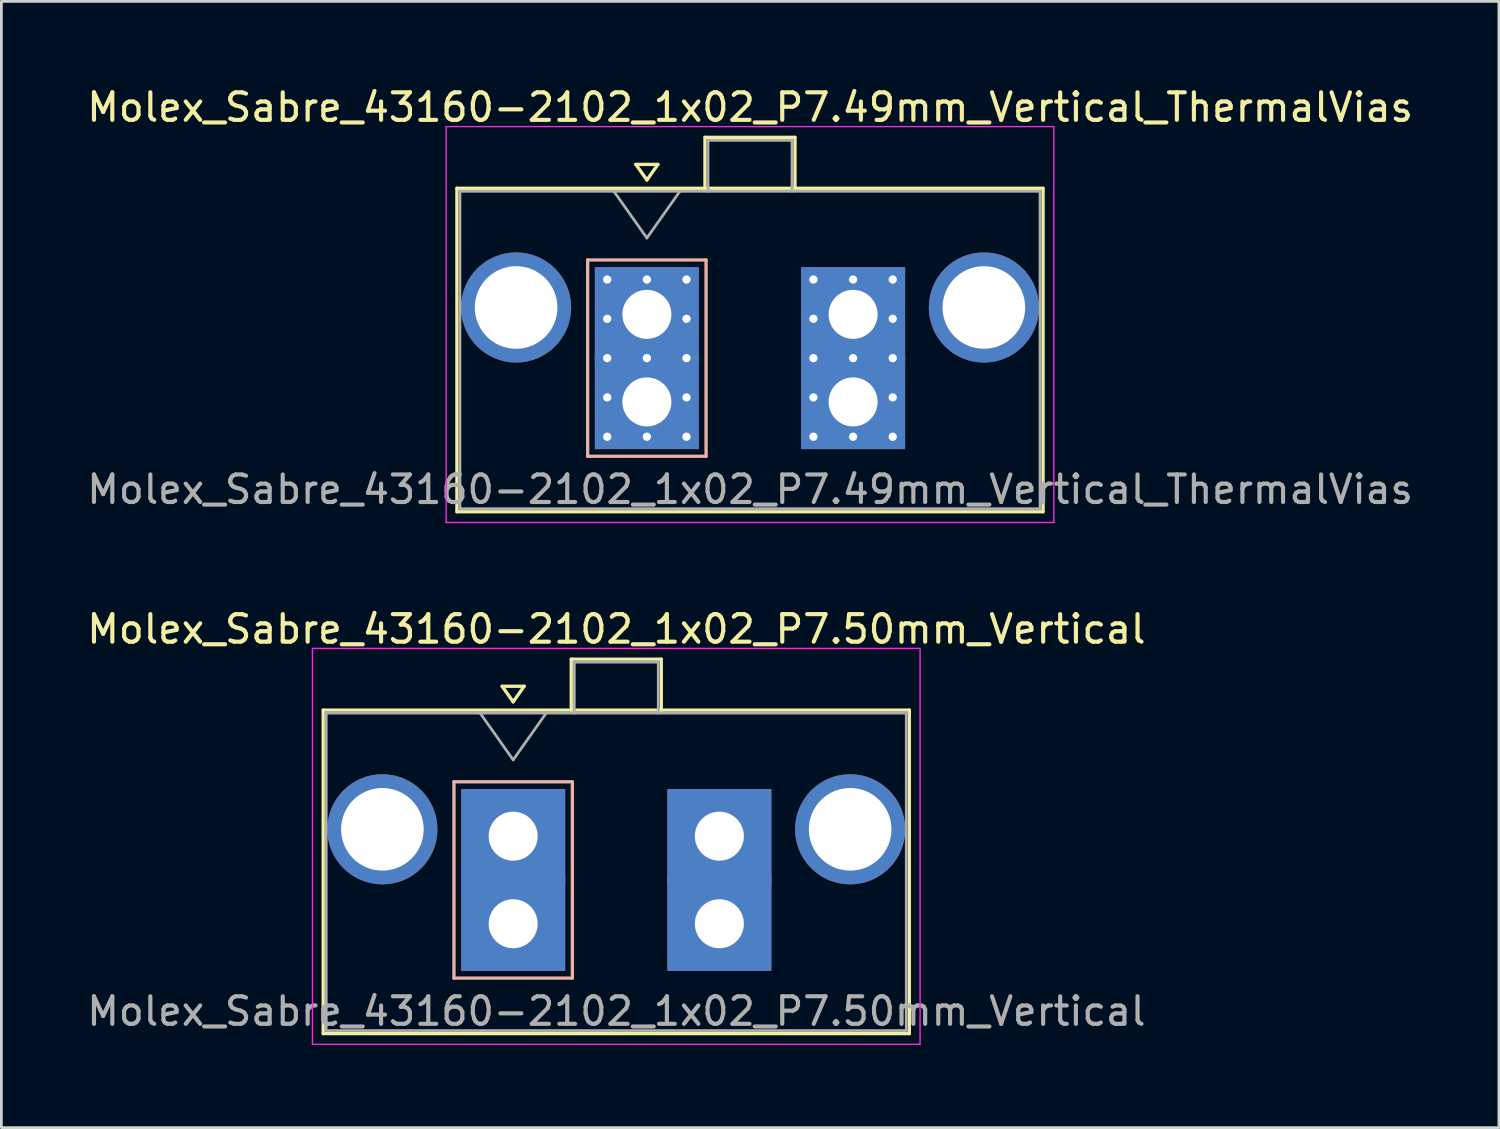
<source format=kicad_pcb>
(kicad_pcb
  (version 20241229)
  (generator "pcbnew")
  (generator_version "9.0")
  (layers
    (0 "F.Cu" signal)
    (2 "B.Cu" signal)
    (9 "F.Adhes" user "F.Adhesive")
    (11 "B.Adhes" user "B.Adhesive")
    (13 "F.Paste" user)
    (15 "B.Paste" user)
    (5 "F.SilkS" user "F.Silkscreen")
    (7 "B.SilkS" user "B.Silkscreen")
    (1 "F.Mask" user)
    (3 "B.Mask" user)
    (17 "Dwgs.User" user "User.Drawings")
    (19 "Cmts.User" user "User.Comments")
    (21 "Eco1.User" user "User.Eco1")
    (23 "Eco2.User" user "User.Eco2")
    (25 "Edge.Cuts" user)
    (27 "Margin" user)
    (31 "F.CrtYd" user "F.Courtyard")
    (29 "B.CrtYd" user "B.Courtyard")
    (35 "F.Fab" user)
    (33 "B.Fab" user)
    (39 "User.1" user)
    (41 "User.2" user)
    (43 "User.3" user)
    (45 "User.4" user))
  (footprint "Molex_Sabre_43160-2102_1x02_P7.49mm_Vertical_ThermalVias"
    (layer "F.Cu")
    (at 20.446 11.548)
    (property "Reference" "Molex_Sabre_43160-2102_1x02_P7.49mm_Vertical_ThermalVias" (at 3.75 -10.7 0) (layer "F.SilkS") (effects (font (size 1 1) (thickness 0.15))))
    (attr through_hole)
    (fp_line (start -6.9 -7.76) (end -6.9 3.99) (stroke (width 0.12) (type solid)) (layer "F.SilkS"))
    (fp_line (start -6.9 3.99) (end 14.39 3.99) (stroke (width 0.12) (type solid)) (layer "F.SilkS"))
    (fp_line (start -0.4 -8.626) (end 0 -8.06) (stroke (width 0.12) (type solid)) (layer "F.SilkS"))
    (fp_line (start 0 -8.06) (end 0.4 -8.626) (stroke (width 0.12) (type solid)) (layer "F.SilkS"))
    (fp_line (start 0.4 -8.626) (end -0.4 -8.626) (stroke (width 0.12) (type solid)) (layer "F.SilkS"))
    (fp_line (start 2.11 -9.61) (end 5.38 -9.61) (stroke (width 0.12) (type solid)) (layer "F.SilkS"))
    (fp_line (start 2.11 -7.76) (end 2.11 -9.61) (stroke (width 0.12) (type solid)) (layer "F.SilkS"))
    (fp_line (start 5.38 -9.61) (end 5.38 -7.76) (stroke (width 0.12) (type solid)) (layer "F.SilkS"))
    (fp_line (start 14.39 -7.76) (end -6.9 -7.76) (stroke (width 0.12) (type solid)) (layer "F.SilkS"))
    (fp_line (start 14.39 3.99) (end 14.39 -7.76) (stroke (width 0.12) (type solid)) (layer "F.SilkS"))
    (fp_line (start -2.15 -5.155) (end -2.15 1.975) (stroke (width 0.12) (type solid)) (layer "B.SilkS"))
    (fp_line (start -2.15 1.975) (end 2.15 1.975) (stroke (width 0.12) (type solid)) (layer "B.SilkS"))
    (fp_line (start 2.15 -5.155) (end -2.15 -5.155) (stroke (width 0.12) (type solid)) (layer "B.SilkS"))
    (fp_line (start 2.15 1.975) (end 2.15 -5.155) (stroke (width 0.12) (type solid)) (layer "B.SilkS"))
    (fp_line (start -7.29 -10) (end -7.29 4.38) (stroke (width 0.05) (type solid)) (layer "F.CrtYd"))
    (fp_line (start -7.29 4.38) (end 14.78 4.38) (stroke (width 0.05) (type solid)) (layer "F.CrtYd"))
    (fp_line (start 14.78 -10) (end -7.29 -10) (stroke (width 0.05) (type solid)) (layer "F.CrtYd"))
    (fp_line (start 14.78 4.38) (end 14.78 -10) (stroke (width 0.05) (type solid)) (layer "F.CrtYd"))
    (fp_line (start -6.79 -7.65) (end -6.79 3.88) (stroke (width 0.1) (type solid)) (layer "F.Fab"))
    (fp_line (start -6.79 3.88) (end 14.28 3.88) (stroke (width 0.1) (type solid)) (layer "F.Fab"))
    (fp_line (start -1.2 -7.65) (end 0 -5.953) (stroke (width 0.1) (type solid)) (layer "F.Fab"))
    (fp_line (start 0 -5.953) (end 1.2 -7.65) (stroke (width 0.1) (type solid)) (layer "F.Fab"))
    (fp_line (start 2.22 -9.5) (end 5.27 -9.5) (stroke (width 0.1) (type solid)) (layer "F.Fab"))
    (fp_line (start 2.22 -7.65) (end 2.22 -9.5) (stroke (width 0.1) (type solid)) (layer "F.Fab"))
    (fp_line (start 5.27 -9.5) (end 5.27 -7.65) (stroke (width 0.1) (type solid)) (layer "F.Fab"))
    (fp_line (start 14.28 -7.65) (end -6.79 -7.65) (stroke (width 0.1) (type solid)) (layer "F.Fab"))
    (fp_line (start 14.28 3.88) (end 14.28 -7.65) (stroke (width 0.1) (type solid)) (layer "F.Fab"))
    (fp_text user "${REFERENCE}" (at 3.75 3.18 0) (layer "F.Fab") (effects (font (size 1 1) (thickness 0.15))))
    (pad "" thru_hole circle (at -4.75 -3.43) (size 4 4) (drill 3) (layers "*.Cu" "*.Mask"))
    (pad "" thru_hole circle (at 12.24 -3.43) (size 4 4) (drill 3) (layers "*.Cu" "*.Mask"))
    (pad "1" thru_hole rect (at -1.44 -4.445) (size 0.6 0.6) (drill 0.3) (layers "*.Cu" "*.Mask"))
    (pad "1" thru_hole rect (at -1.44 -3.018) (size 0.6 0.6) (drill 0.3) (layers "*.Cu" "*.Mask"))
    (pad "1" thru_hole rect (at -1.44 -1.59) (size 0.6 0.6) (drill 0.3) (layers "*.Cu" "*.Mask"))
    (pad "1" thru_hole rect (at -1.44 -0.163) (size 0.6 0.6) (drill 0.3) (layers "*.Cu" "*.Mask"))
    (pad "1" thru_hole rect (at -1.44 1.265) (size 0.6 0.6) (drill 0.3) (layers "*.Cu" "*.Mask"))
    (pad "1" thru_hole rect (at 0 -4.445) (size 0.6 0.6) (drill 0.3) (layers "*.Cu" "*.Mask"))
    (pad "1" thru_hole rect (at 0 -3.18) (size 3.78 3.43) (drill 1.78) (layers "*.Cu" "*.Mask"))
    (pad "1" thru_hole rect (at 0 -1.59) (size 0.6 0.6) (drill 0.3) (layers "*.Cu" "*.Mask"))
    (pad "1" thru_hole rect (at 0 0) (size 3.78 3.43) (drill 1.78) (layers "*.Cu" "*.Mask"))
    (pad "1" thru_hole rect (at 0 1.265) (size 0.6 0.6) (drill 0.3) (layers "*.Cu" "*.Mask"))
    (pad "1" thru_hole rect (at 1.44 -4.445) (size 0.6 0.6) (drill 0.3) (layers "*.Cu" "*.Mask"))
    (pad "1" thru_hole rect (at 1.44 -3.018) (size 0.6 0.6) (drill 0.3) (layers "*.Cu" "*.Mask"))
    (pad "1" thru_hole rect (at 1.44 -1.59) (size 0.6 0.6) (drill 0.3) (layers "*.Cu" "*.Mask"))
    (pad "1" thru_hole rect (at 1.44 -0.163) (size 0.6 0.6) (drill 0.3) (layers "*.Cu" "*.Mask"))
    (pad "1" thru_hole rect (at 1.44 1.265) (size 0.6 0.6) (drill 0.3) (layers "*.Cu" "*.Mask"))
    (pad "2" thru_hole circle (at 6.05 -4.445) (size 0.6 0.6) (drill 0.3) (layers "*.Cu" "*.Mask"))
    (pad "2" thru_hole circle (at 6.05 -3.018) (size 0.6 0.6) (drill 0.3) (layers "*.Cu" "*.Mask"))
    (pad "2" thru_hole circle (at 6.05 -1.59) (size 0.6 0.6) (drill 0.3) (layers "*.Cu" "*.Mask"))
    (pad "2" thru_hole circle (at 6.05 -0.163) (size 0.6 0.6) (drill 0.3) (layers "*.Cu" "*.Mask"))
    (pad "2" thru_hole circle (at 6.05 1.265) (size 0.6 0.6) (drill 0.3) (layers "*.Cu" "*.Mask"))
    (pad "2" thru_hole circle (at 7.49 -4.445) (size 0.6 0.6) (drill 0.3) (layers "*.Cu" "*.Mask"))
    (pad "2" thru_hole rect (at 7.49 -3.18) (size 3.78 3.43) (drill 1.78) (layers "*.Cu" "*.Mask"))
    (pad "2" thru_hole circle (at 7.49 -1.59) (size 0.6 0.6) (drill 0.3) (layers "*.Cu" "*.Mask"))
    (pad "2" thru_hole rect (at 7.49 0) (size 3.78 3.43) (drill 1.78) (layers "*.Cu" "*.Mask"))
    (pad "2" thru_hole circle (at 7.49 1.265) (size 0.6 0.6) (drill 0.3) (layers "*.Cu" "*.Mask"))
    (pad "2" thru_hole circle (at 8.93 -4.445) (size 0.6 0.6) (drill 0.3) (layers "*.Cu" "*.Mask"))
    (pad "2" thru_hole circle (at 8.93 -3.018) (size 0.6 0.6) (drill 0.3) (layers "*.Cu" "*.Mask"))
    (pad "2" thru_hole circle (at 8.93 -1.59) (size 0.6 0.6) (drill 0.3) (layers "*.Cu" "*.Mask"))
    (pad "2" thru_hole circle (at 8.93 -0.163) (size 0.6 0.6) (drill 0.3) (layers "*.Cu" "*.Mask"))
    (pad "2" thru_hole circle (at 8.93 1.265) (size 0.6 0.6) (drill 0.3) (layers "*.Cu" "*.Mask")))
  (footprint "Molex_Sabre_43160-2102_1x02_P7.50mm_Vertical"
    (layer "F.Cu")
    (at 15.589 30.502)
    (property "Reference" "Molex_Sabre_43160-2102_1x02_P7.50mm_Vertical" (at 3.75 -10.7 0) (layer "F.SilkS") (effects (font (size 1 1) (thickness 0.15))))
    (attr through_hole)
    (fp_line (start -6.9 -7.76) (end -6.9 3.99) (stroke (width 0.12) (type solid)) (layer "F.SilkS"))
    (fp_line (start -6.9 3.99) (end 14.39 3.99) (stroke (width 0.12) (type solid)) (layer "F.SilkS"))
    (fp_line (start -0.4 -8.626) (end 0 -8.06) (stroke (width 0.12) (type solid)) (layer "F.SilkS"))
    (fp_line (start 0 -8.06) (end 0.4 -8.626) (stroke (width 0.12) (type solid)) (layer "F.SilkS"))
    (fp_line (start 0.4 -8.626) (end -0.4 -8.626) (stroke (width 0.12) (type solid)) (layer "F.SilkS"))
    (fp_line (start 2.11 -9.61) (end 5.38 -9.61) (stroke (width 0.12) (type solid)) (layer "F.SilkS"))
    (fp_line (start 2.11 -7.76) (end 2.11 -9.61) (stroke (width 0.12) (type solid)) (layer "F.SilkS"))
    (fp_line (start 5.38 -9.61) (end 5.38 -7.76) (stroke (width 0.12) (type solid)) (layer "F.SilkS"))
    (fp_line (start 14.39 -7.76) (end -6.9 -7.76) (stroke (width 0.12) (type solid)) (layer "F.SilkS"))
    (fp_line (start 14.39 3.99) (end 14.39 -7.76) (stroke (width 0.12) (type solid)) (layer "F.SilkS"))
    (fp_line (start -2.15 -5.155) (end -2.15 1.975) (stroke (width 0.12) (type solid)) (layer "B.SilkS"))
    (fp_line (start -2.15 1.975) (end 2.15 1.975) (stroke (width 0.12) (type solid)) (layer "B.SilkS"))
    (fp_line (start 2.15 -5.155) (end -2.15 -5.155) (stroke (width 0.12) (type solid)) (layer "B.SilkS"))
    (fp_line (start 2.15 1.975) (end 2.15 -5.155) (stroke (width 0.12) (type solid)) (layer "B.SilkS"))
    (fp_line (start -7.29 -10) (end -7.29 4.38) (stroke (width 0.05) (type solid)) (layer "F.CrtYd"))
    (fp_line (start -7.29 4.38) (end 14.78 4.38) (stroke (width 0.05) (type solid)) (layer "F.CrtYd"))
    (fp_line (start 14.78 -10) (end -7.29 -10) (stroke (width 0.05) (type solid)) (layer "F.CrtYd"))
    (fp_line (start 14.78 4.38) (end 14.78 -10) (stroke (width 0.05) (type solid)) (layer "F.CrtYd"))
    (fp_line (start -6.79 -7.65) (end -6.79 3.88) (stroke (width 0.1) (type solid)) (layer "F.Fab"))
    (fp_line (start -6.79 3.88) (end 14.28 3.88) (stroke (width 0.1) (type solid)) (layer "F.Fab"))
    (fp_line (start -1.2 -7.65) (end 0 -5.953) (stroke (width 0.1) (type solid)) (layer "F.Fab"))
    (fp_line (start 0 -5.953) (end 1.2 -7.65) (stroke (width 0.1) (type solid)) (layer "F.Fab"))
    (fp_line (start 2.22 -9.5) (end 5.27 -9.5) (stroke (width 0.1) (type solid)) (layer "F.Fab"))
    (fp_line (start 2.22 -7.65) (end 2.22 -9.5) (stroke (width 0.1) (type solid)) (layer "F.Fab"))
    (fp_line (start 5.27 -9.5) (end 5.27 -7.65) (stroke (width 0.1) (type solid)) (layer "F.Fab"))
    (fp_line (start 14.28 -7.65) (end -6.79 -7.65) (stroke (width 0.1) (type solid)) (layer "F.Fab"))
    (fp_line (start 14.28 3.88) (end 14.28 -7.65) (stroke (width 0.1) (type solid)) (layer "F.Fab"))
    (fp_text user "${REFERENCE}" (at 3.75 3.18 0) (layer "F.Fab") (effects (font (size 1 1) (thickness 0.15))))
    (pad "" thru_hole circle (at -4.75 -3.43) (size 4 4) (drill 3) (layers "*.Cu" "*.Mask"))
    (pad "" thru_hole circle (at 12.24 -3.43) (size 4 4) (drill 3) (layers "*.Cu" "*.Mask"))
    (pad "1" thru_hole rect (at 0 -3.18) (size 3.78 3.43) (drill 1.78) (layers "*.Cu" "*.Mask"))
    (pad "1" thru_hole rect (at 0 0) (size 3.78 3.43) (drill 1.78) (layers "*.Cu" "*.Mask"))
    (pad "2" thru_hole rect (at 7.49 -3.18) (size 3.78 3.43) (drill 1.78) (layers "*.Cu" "*.Mask"))
    (pad "2" thru_hole rect (at 7.49 0) (size 3.78 3.43) (drill 1.78) (layers "*.Cu" "*.Mask")))
  (gr_rect
    (start -3 -3)
    (end 51.393 37.907)
    (stroke (width 0.1) (type default))
    (fill no)
    (layer "Edge.Cuts")))
</source>
